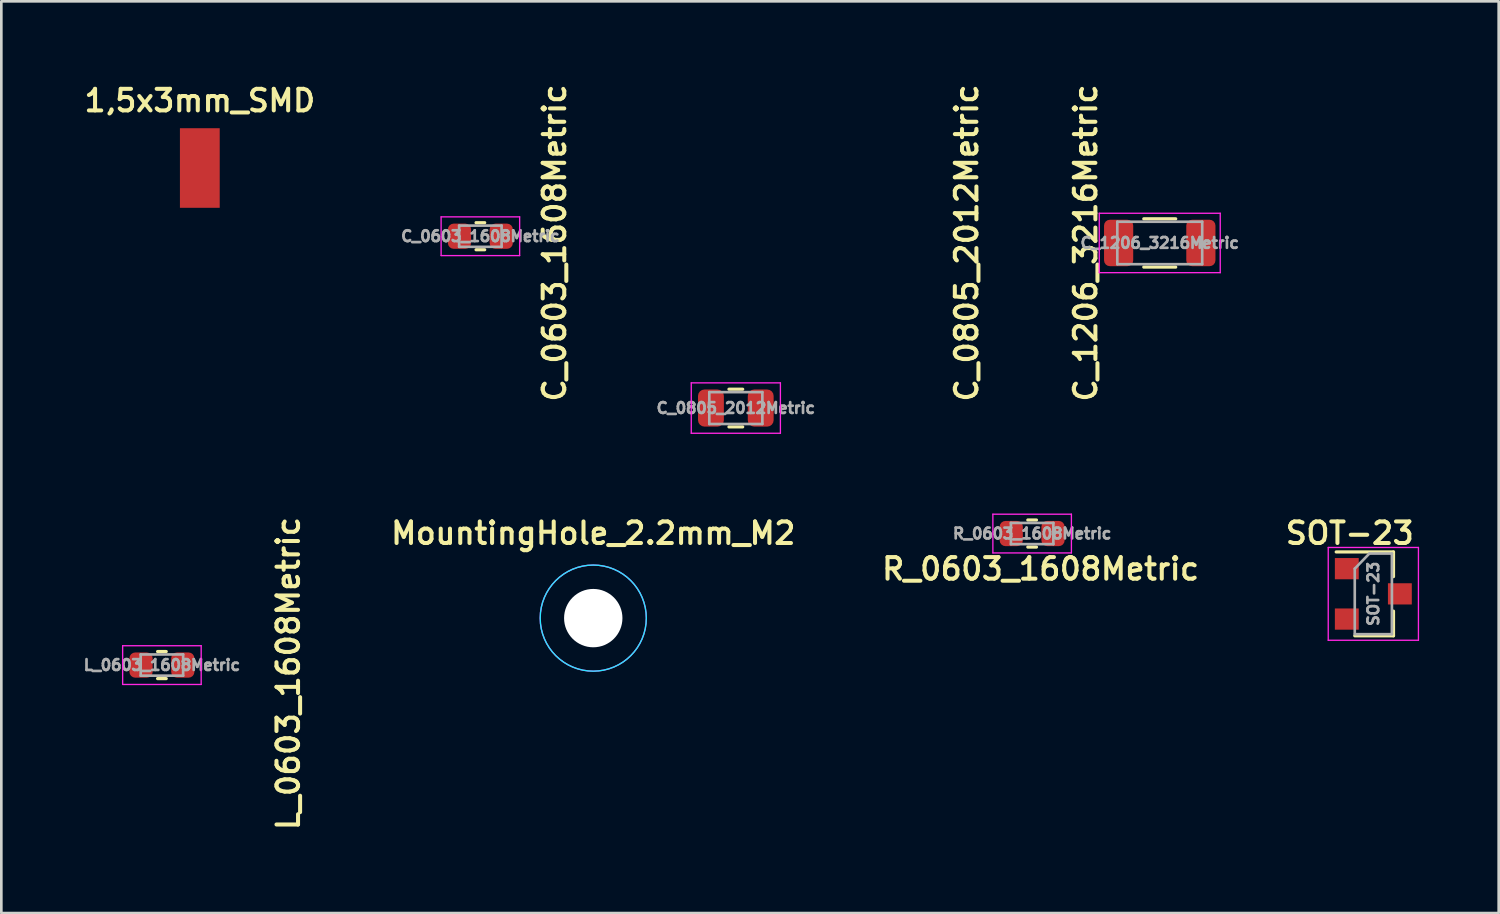
<source format=kicad_pcb>
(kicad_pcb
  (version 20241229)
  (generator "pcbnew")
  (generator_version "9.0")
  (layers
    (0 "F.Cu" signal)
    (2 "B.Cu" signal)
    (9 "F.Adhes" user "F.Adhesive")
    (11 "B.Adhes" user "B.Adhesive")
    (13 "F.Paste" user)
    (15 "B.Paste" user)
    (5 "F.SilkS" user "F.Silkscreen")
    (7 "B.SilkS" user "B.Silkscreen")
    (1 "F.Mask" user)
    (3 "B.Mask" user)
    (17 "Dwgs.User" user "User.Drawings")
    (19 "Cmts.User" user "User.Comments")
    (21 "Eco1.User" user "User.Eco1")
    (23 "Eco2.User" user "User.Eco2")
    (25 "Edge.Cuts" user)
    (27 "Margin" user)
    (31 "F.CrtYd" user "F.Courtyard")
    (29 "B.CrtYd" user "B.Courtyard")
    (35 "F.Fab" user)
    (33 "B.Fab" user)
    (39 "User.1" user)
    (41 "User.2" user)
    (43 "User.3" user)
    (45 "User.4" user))
  (footprint "C_0603_1608Metric"
    (layer "F.Cu")
    (at 15.057 5.854)
    (property "Reference" "C_0603_1608Metric" (at 2.794 0.254 270) (layer "F.SilkS") (effects (font (size 0.813 0.813) (thickness 0.152))))
    (attr smd)
    (fp_line (start -0.163 -0.51) (end 0.163 -0.51) (stroke (width 0.12) (type solid)) (layer "F.SilkS"))
    (fp_line (start -0.163 0.51) (end 0.163 0.51) (stroke (width 0.12) (type solid)) (layer "F.SilkS"))
    (fp_line (start -1.48 -0.73) (end 1.48 -0.73) (stroke (width 0.05) (type solid)) (layer "F.CrtYd"))
    (fp_line (start -1.48 0.73) (end -1.48 -0.73) (stroke (width 0.05) (type solid)) (layer "F.CrtYd"))
    (fp_line (start 1.48 -0.73) (end 1.48 0.73) (stroke (width 0.05) (type solid)) (layer "F.CrtYd"))
    (fp_line (start 1.48 0.73) (end -1.48 0.73) (stroke (width 0.05) (type solid)) (layer "F.CrtYd"))
    (fp_line (start -0.8 -0.4) (end 0.8 -0.4) (stroke (width 0.1) (type solid)) (layer "F.Fab"))
    (fp_line (start -0.8 0.4) (end -0.8 -0.4) (stroke (width 0.1) (type solid)) (layer "F.Fab"))
    (fp_line (start 0.8 -0.4) (end 0.8 0.4) (stroke (width 0.1) (type solid)) (layer "F.Fab"))
    (fp_line (start 0.8 0.4) (end -0.8 0.4) (stroke (width 0.1) (type solid)) (layer "F.Fab"))
    (fp_text user "${REFERENCE}" (at 0 0 180) (layer "F.Fab") (effects (font (size 0.406 0.406) (thickness 0.102))))
    (pad "1" smd roundrect (at -0.787 0) (size 0.875 0.95) (layers "F.Cu" "F.Mask" "F.Paste") (roundrect_rratio 0.25))
    (pad "2" smd roundrect (at 0.787 0) (size 0.875 0.95) (layers "F.Cu" "F.Mask" "F.Paste") (roundrect_rratio 0.25)))
  (footprint "R_0603_1608Metric"
    (layer "F.Cu")
    (at 35.855 17.061)
    (property "Reference" "R_0603_1608Metric" (at 0.318 1.333 180) (layer "F.SilkS") (effects (font (size 0.813 0.813) (thickness 0.152))))
    (attr smd)
    (fp_line (start -0.163 -0.51) (end 0.163 -0.51) (stroke (width 0.12) (type solid)) (layer "F.SilkS"))
    (fp_line (start -0.163 0.51) (end 0.163 0.51) (stroke (width 0.12) (type solid)) (layer "F.SilkS"))
    (fp_line (start -1.48 -0.73) (end 1.48 -0.73) (stroke (width 0.05) (type solid)) (layer "F.CrtYd"))
    (fp_line (start -1.48 0.73) (end -1.48 -0.73) (stroke (width 0.05) (type solid)) (layer "F.CrtYd"))
    (fp_line (start 1.48 -0.73) (end 1.48 0.73) (stroke (width 0.05) (type solid)) (layer "F.CrtYd"))
    (fp_line (start 1.48 0.73) (end -1.48 0.73) (stroke (width 0.05) (type solid)) (layer "F.CrtYd"))
    (fp_line (start -0.8 -0.4) (end 0.8 -0.4) (stroke (width 0.1) (type solid)) (layer "F.Fab"))
    (fp_line (start -0.8 0.4) (end -0.8 -0.4) (stroke (width 0.1) (type solid)) (layer "F.Fab"))
    (fp_line (start 0.8 -0.4) (end 0.8 0.4) (stroke (width 0.1) (type solid)) (layer "F.Fab"))
    (fp_line (start 0.8 0.4) (end -0.8 0.4) (stroke (width 0.1) (type solid)) (layer "F.Fab"))
    (fp_text user "${REFERENCE}" (at 0 0 180) (layer "F.Fab") (effects (font (size 0.406 0.406) (thickness 0.102))))
    (pad "1" smd roundrect (at -0.787 0) (size 0.875 0.95) (layers "F.Cu" "F.Mask" "F.Paste") (roundrect_rratio 0.25))
    (pad "2" smd roundrect (at 0.787 0) (size 0.875 0.95) (layers "F.Cu" "F.Mask" "F.Paste") (roundrect_rratio 0.25)))
  (footprint "C_0805_2012Metric"
    (layer "F.Cu")
    (at 24.686 12.331)
    (property "Reference" "C_0805_2012Metric" (at 8.7 -6.223 270) (layer "F.SilkS") (effects (font (size 0.813 0.813) (thickness 0.152))))
    (attr smd)
    (fp_line (start -0.259 -0.71) (end 0.259 -0.71) (stroke (width 0.12) (type solid)) (layer "F.SilkS"))
    (fp_line (start -0.259 0.71) (end 0.259 0.71) (stroke (width 0.12) (type solid)) (layer "F.SilkS"))
    (fp_line (start -1.68 -0.95) (end 1.68 -0.95) (stroke (width 0.05) (type solid)) (layer "F.CrtYd"))
    (fp_line (start -1.68 0.95) (end -1.68 -0.95) (stroke (width 0.05) (type solid)) (layer "F.CrtYd"))
    (fp_line (start 1.68 -0.95) (end 1.68 0.95) (stroke (width 0.05) (type solid)) (layer "F.CrtYd"))
    (fp_line (start 1.68 0.95) (end -1.68 0.95) (stroke (width 0.05) (type solid)) (layer "F.CrtYd"))
    (fp_line (start -1 -0.6) (end 1 -0.6) (stroke (width 0.1) (type solid)) (layer "F.Fab"))
    (fp_line (start -1 0.6) (end -1 -0.6) (stroke (width 0.1) (type solid)) (layer "F.Fab"))
    (fp_line (start 1 -0.6) (end 1 0.6) (stroke (width 0.1) (type solid)) (layer "F.Fab"))
    (fp_line (start 1 0.6) (end -1 0.6) (stroke (width 0.1) (type solid)) (layer "F.Fab"))
    (fp_text user "${REFERENCE}" (at 0 0 180) (layer "F.Fab") (effects (font (size 0.406 0.406) (thickness 0.102))))
    (pad "1" smd roundrect (at -0.938 0) (size 0.975 1.4) (layers "F.Cu" "F.Mask" "F.Paste") (roundrect_rratio 0.25))
    (pad "2" smd roundrect (at 0.938 0) (size 0.975 1.4) (layers "F.Cu" "F.Mask" "F.Paste") (roundrect_rratio 0.25)))
  (footprint "SOT-23"
    (layer "F.Cu")
    (at 48.716 19.335)
    (property "Reference" "SOT-23" (at -0.889 -2.286 180) (layer "F.SilkS") (effects (font (size 0.813 0.813) (thickness 0.152))))
    (attr smd)
    (fp_line (start 0.76 -1.58) (end -1.4 -1.58) (stroke (width 0.12) (type solid)) (layer "F.SilkS"))
    (fp_line (start 0.76 -1.58) (end 0.76 -0.65) (stroke (width 0.12) (type solid)) (layer "F.SilkS"))
    (fp_line (start 0.76 1.58) (end -0.7 1.58) (stroke (width 0.12) (type solid)) (layer "F.SilkS"))
    (fp_line (start 0.76 1.58) (end 0.76 0.65) (stroke (width 0.12) (type solid)) (layer "F.SilkS"))
    (fp_line (start -1.7 -1.75) (end 1.7 -1.75) (stroke (width 0.05) (type solid)) (layer "F.CrtYd"))
    (fp_line (start -1.7 1.75) (end -1.7 -1.75) (stroke (width 0.05) (type solid)) (layer "F.CrtYd"))
    (fp_line (start 1.7 -1.75) (end 1.7 1.75) (stroke (width 0.05) (type solid)) (layer "F.CrtYd"))
    (fp_line (start 1.7 1.75) (end -1.7 1.75) (stroke (width 0.05) (type solid)) (layer "F.CrtYd"))
    (fp_line (start -0.7 -0.95) (end -0.7 1.5) (stroke (width 0.1) (type solid)) (layer "F.Fab"))
    (fp_line (start -0.7 -0.95) (end -0.15 -1.52) (stroke (width 0.1) (type solid)) (layer "F.Fab"))
    (fp_line (start -0.7 1.52) (end 0.7 1.52) (stroke (width 0.1) (type solid)) (layer "F.Fab"))
    (fp_line (start -0.15 -1.52) (end 0.7 -1.52) (stroke (width 0.1) (type solid)) (layer "F.Fab"))
    (fp_line (start 0.7 -1.52) (end 0.7 1.52) (stroke (width 0.1) (type solid)) (layer "F.Fab"))
    (fp_text user "${REFERENCE}" (at 0 0 270) (layer "F.Fab") (effects (font (size 0.406 0.406) (thickness 0.102))))
    (pad "1" smd rect (at -1 -0.95) (size 0.9 0.8) (layers "F.Cu" "F.Mask" "F.Paste"))
    (pad "2" smd rect (at -1 0.95) (size 0.9 0.8) (layers "F.Cu" "F.Mask" "F.Paste"))
    (pad "3" smd rect (at 1 0) (size 0.9 0.8) (layers "F.Cu" "F.Mask" "F.Paste")))
  (footprint "L_0603_1608Metric"
    (layer "F.Cu")
    (at 3.053 22.019)
    (property "Reference" "L_0603_1608Metric" (at 4.763 0.318 270) (layer "F.SilkS") (effects (font (size 0.813 0.813) (thickness 0.152))))
    (attr smd)
    (fp_line (start -0.163 -0.51) (end 0.163 -0.51) (stroke (width 0.12) (type solid)) (layer "F.SilkS"))
    (fp_line (start -0.163 0.51) (end 0.163 0.51) (stroke (width 0.12) (type solid)) (layer "F.SilkS"))
    (fp_line (start -1.48 -0.73) (end 1.48 -0.73) (stroke (width 0.05) (type solid)) (layer "F.CrtYd"))
    (fp_line (start -1.48 0.73) (end -1.48 -0.73) (stroke (width 0.05) (type solid)) (layer "F.CrtYd"))
    (fp_line (start 1.48 -0.73) (end 1.48 0.73) (stroke (width 0.05) (type solid)) (layer "F.CrtYd"))
    (fp_line (start 1.48 0.73) (end -1.48 0.73) (stroke (width 0.05) (type solid)) (layer "F.CrtYd"))
    (fp_line (start -0.8 -0.4) (end 0.8 -0.4) (stroke (width 0.1) (type solid)) (layer "F.Fab"))
    (fp_line (start -0.8 0.4) (end -0.8 -0.4) (stroke (width 0.1) (type solid)) (layer "F.Fab"))
    (fp_line (start 0.8 -0.4) (end 0.8 0.4) (stroke (width 0.1) (type solid)) (layer "F.Fab"))
    (fp_line (start 0.8 0.4) (end -0.8 0.4) (stroke (width 0.1) (type solid)) (layer "F.Fab"))
    (fp_text user "${REFERENCE}" (at 0 0 180) (layer "F.Fab") (effects (font (size 0.406 0.406) (thickness 0.102))))
    (pad "1" smd roundrect (at -0.787 0) (size 0.875 0.95) (layers "F.Cu" "F.Mask" "F.Paste") (roundrect_rratio 0.25))
    (pad "2" smd roundrect (at 0.787 0) (size 0.875 0.95) (layers "F.Cu" "F.Mask" "F.Paste") (roundrect_rratio 0.25)))
  (footprint "1,5x3mm_SMD"
    (layer "F.Cu")
    (at 4.482 3.283)
    (property "Reference" "1,5x3mm_SMD" (at 0 -2.54 0) (layer "F.SilkS") (effects (font (size 0.813 0.813) (thickness 0.152))))
    (attr through_hole)
    (pad "1" smd rect (at 0 0) (size 1.5 3) (layers "F.Cu" "F.Mask" "F.Paste")))
  (footprint "C_1206_3216Metric"
    (layer "F.Cu")
    (at 40.665 6.108)
    (property "Reference" "C_1206_3216Metric" (at -2.794 0 270) (layer "F.SilkS") (effects (font (size 0.813 0.813) (thickness 0.152))))
    (attr smd)
    (fp_line (start -0.602 -0.91) (end 0.602 -0.91) (stroke (width 0.12) (type solid)) (layer "F.SilkS"))
    (fp_line (start -0.602 0.91) (end 0.602 0.91) (stroke (width 0.12) (type solid)) (layer "F.SilkS"))
    (fp_line (start -2.28 -1.12) (end 2.28 -1.12) (stroke (width 0.05) (type solid)) (layer "F.CrtYd"))
    (fp_line (start -2.28 1.12) (end -2.28 -1.12) (stroke (width 0.05) (type solid)) (layer "F.CrtYd"))
    (fp_line (start 2.28 -1.12) (end 2.28 1.12) (stroke (width 0.05) (type solid)) (layer "F.CrtYd"))
    (fp_line (start 2.28 1.12) (end -2.28 1.12) (stroke (width 0.05) (type solid)) (layer "F.CrtYd"))
    (fp_line (start -1.6 -0.8) (end 1.6 -0.8) (stroke (width 0.1) (type solid)) (layer "F.Fab"))
    (fp_line (start -1.6 0.8) (end -1.6 -0.8) (stroke (width 0.1) (type solid)) (layer "F.Fab"))
    (fp_line (start 1.6 -0.8) (end 1.6 0.8) (stroke (width 0.1) (type solid)) (layer "F.Fab"))
    (fp_line (start 1.6 0.8) (end -1.6 0.8) (stroke (width 0.1) (type solid)) (layer "F.Fab"))
    (fp_text user "${REFERENCE}" (at 0 0 0) (layer "F.Fab") (effects (font (size 0.406 0.406) (thickness 0.102))))
    (pad "1" smd roundrect (at -1.55 0) (size 1.1 1.75) (layers "F.Cu" "F.Mask" "F.Paste") (roundrect_rratio 0.2))
    (pad "2" smd roundrect (at 1.55 0) (size 1.1 1.75) (layers "F.Cu" "F.Mask" "F.Paste") (roundrect_rratio 0.2)))
  (footprint "MountingHole_2.2mm_M2"
    (layer "F.Cu")
    (at 19.312 20.249)
    (property "Reference" "MountingHole_2.2mm_M2" (at 0 -3.2 0) (layer "F.SilkS") (effects (font (size 0.813 0.813) (thickness 0.152))))
    (attr through_hole)
    (fp_circle (center 0 0) (end 2 0) (stroke (width 0.05) (type solid)) (fill no) (layer "B.CrtYd"))
    (fp_circle (center 0 0) (end 2 0) (stroke (width 0.05) (type solid)) (fill no) (layer "F.CrtYd"))
    (pad "" np_thru_hole circle (at 0 0) (size 2.2 2.2) (drill 2.2) (layers "*.Cu" "*.Mask")))
  (gr_rect
    (start -3 -3)
    (end 53.441 31.367)
    (stroke (width 0.1) (type default))
    (fill no)
    (layer "Edge.Cuts")))
</source>
